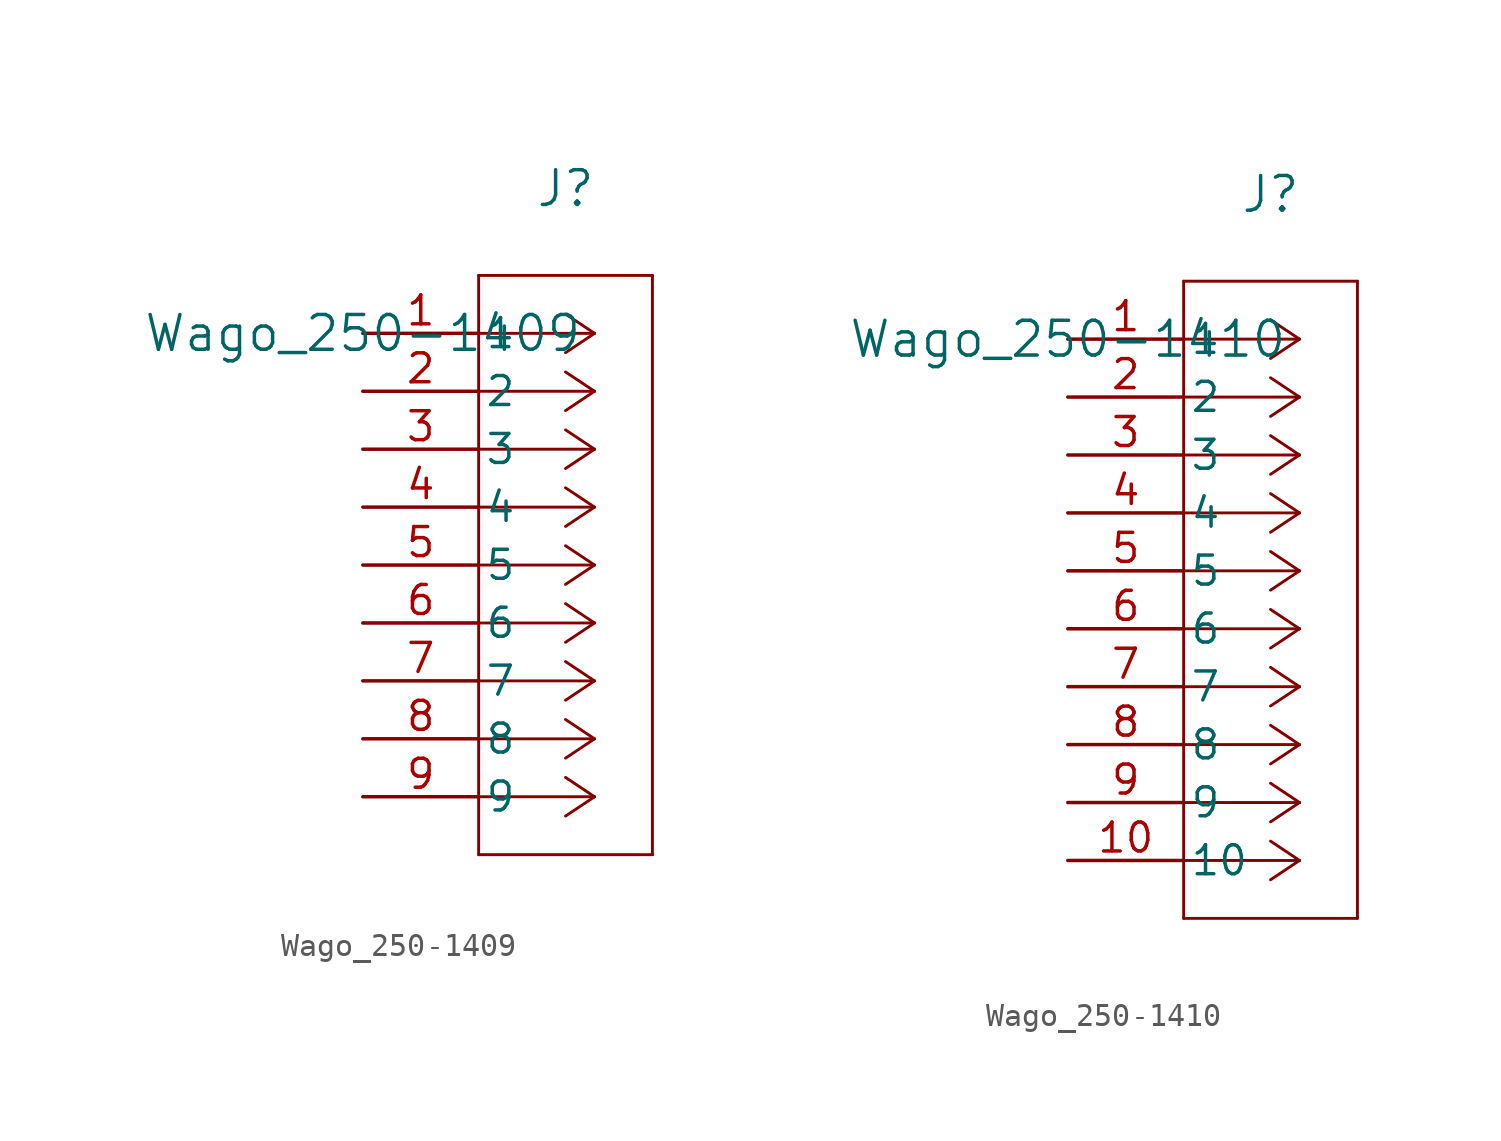
<source format=kicad_sym>
(kicad_symbol_lib
  (version 20241209)
  (generator "kicad_symbol_editor")
  (generator_version "9.0")
  (symbol "Wago_250-1409"
    (pin_names
      (offset 0.254))
    (property "Reference" "J"
      (at 8.89 6.35 0)
      (effects (font (size 1.524 1.524))))
    (property "Value" "Wago_250-1409"
      (at 0 0 0)
      (effects (font (size 1.524 1.524))))
    (property "ki_locked" ""
      (at 0 0 0)
      (effects (font (size 1.27 1.27))))
    (symbol "Wago_250-1409_0_1"
      (polyline (pts (xy 5.08 2.54) (xy 5.08 -22.86)) (stroke (width 0.127) (type default)) (fill (type none)))
      (polyline (pts (xy 5.08 -22.86) (xy 12.7 -22.86)) (stroke (width 0.127) (type default)) (fill (type none)))
      (polyline (pts (xy 10.16 0) (xy 5.08 0)) (stroke (width 0.127) (type default)) (fill (type none)))
      (polyline (pts (xy 10.16 0) (xy 8.89 0.847)) (stroke (width 0.127) (type default)) (fill (type none)))
      (polyline (pts (xy 10.16 0) (xy 8.89 -0.847)) (stroke (width 0.127) (type default)) (fill (type none)))
      (polyline (pts (xy 10.16 -2.54) (xy 5.08 -2.54)) (stroke (width 0.127) (type default)) (fill (type none)))
      (polyline (pts (xy 10.16 -2.54) (xy 8.89 -1.693)) (stroke (width 0.127) (type default)) (fill (type none)))
      (polyline (pts (xy 10.16 -2.54) (xy 8.89 -3.387)) (stroke (width 0.127) (type default)) (fill (type none)))
      (polyline (pts (xy 10.16 -5.08) (xy 5.08 -5.08)) (stroke (width 0.127) (type default)) (fill (type none)))
      (polyline (pts (xy 10.16 -5.08) (xy 8.89 -4.233)) (stroke (width 0.127) (type default)) (fill (type none)))
      (polyline (pts (xy 10.16 -5.08) (xy 8.89 -5.927)) (stroke (width 0.127) (type default)) (fill (type none)))
      (polyline (pts (xy 10.16 -7.62) (xy 5.08 -7.62)) (stroke (width 0.127) (type default)) (fill (type none)))
      (polyline (pts (xy 10.16 -7.62) (xy 8.89 -6.773)) (stroke (width 0.127) (type default)) (fill (type none)))
      (polyline (pts (xy 10.16 -7.62) (xy 8.89 -8.467)) (stroke (width 0.127) (type default)) (fill (type none)))
      (polyline (pts (xy 10.16 -10.16) (xy 5.08 -10.16)) (stroke (width 0.127) (type default)) (fill (type none)))
      (polyline (pts (xy 10.16 -10.16) (xy 8.89 -9.313)) (stroke (width 0.127) (type default)) (fill (type none)))
      (polyline (pts (xy 10.16 -10.16) (xy 8.89 -11.007)) (stroke (width 0.127) (type default)) (fill (type none)))
      (polyline (pts (xy 10.16 -12.7) (xy 5.08 -12.7)) (stroke (width 0.127) (type default)) (fill (type none)))
      (polyline (pts (xy 10.16 -12.7) (xy 8.89 -11.853)) (stroke (width 0.127) (type default)) (fill (type none)))
      (polyline (pts (xy 10.16 -12.7) (xy 8.89 -13.547)) (stroke (width 0.127) (type default)) (fill (type none)))
      (polyline (pts (xy 10.16 -15.24) (xy 5.08 -15.24)) (stroke (width 0.127) (type default)) (fill (type none)))
      (polyline (pts (xy 10.16 -15.24) (xy 8.89 -14.393)) (stroke (width 0.127) (type default)) (fill (type none)))
      (polyline (pts (xy 10.16 -15.24) (xy 8.89 -16.087)) (stroke (width 0.127) (type default)) (fill (type none)))
      (polyline (pts (xy 10.16 -17.78) (xy 5.08 -17.78)) (stroke (width 0.127) (type default)) (fill (type none)))
      (polyline (pts (xy 10.16 -17.78) (xy 8.89 -16.933)) (stroke (width 0.127) (type default)) (fill (type none)))
      (polyline (pts (xy 10.16 -17.78) (xy 8.89 -18.627)) (stroke (width 0.127) (type default)) (fill (type none)))
      (polyline (pts (xy 10.16 -20.32) (xy 5.08 -20.32)) (stroke (width 0.127) (type default)) (fill (type none)))
      (polyline (pts (xy 10.16 -20.32) (xy 8.89 -19.473)) (stroke (width 0.127) (type default)) (fill (type none)))
      (polyline (pts (xy 10.16 -20.32) (xy 8.89 -21.167)) (stroke (width 0.127) (type default)) (fill (type none)))
      (polyline (pts (xy 12.7 2.54) (xy 5.08 2.54)) (stroke (width 0.127) (type default)) (fill (type none)))
      (polyline (pts (xy 12.7 -22.86) (xy 12.7 2.54)) (stroke (width 0.127) (type default)) (fill (type none)))
      (pin unspecified line (at 0 0 0) (length 5.08) (name "1" (effects (font (size 1.27 1.27)))) (number "1" (effects (font (size 1.27 1.27)))))
      (pin unspecified line (at 0 -2.54 0) (length 5.08) (name "2" (effects (font (size 1.27 1.27)))) (number "2" (effects (font (size 1.27 1.27)))))
      (pin unspecified line (at 0 -5.08 0) (length 5.08) (name "3" (effects (font (size 1.27 1.27)))) (number "3" (effects (font (size 1.27 1.27)))))
      (pin unspecified line (at 0 -7.62 0) (length 5.08) (name "4" (effects (font (size 1.27 1.27)))) (number "4" (effects (font (size 1.27 1.27)))))
      (pin unspecified line (at 0 -10.16 0) (length 5.08) (name "5" (effects (font (size 1.27 1.27)))) (number "5" (effects (font (size 1.27 1.27)))))
      (pin unspecified line (at 0 -12.7 0) (length 5.08) (name "6" (effects (font (size 1.27 1.27)))) (number "6" (effects (font (size 1.27 1.27)))))
      (pin unspecified line (at 0 -15.24 0) (length 5.08) (name "7" (effects (font (size 1.27 1.27)))) (number "7" (effects (font (size 1.27 1.27)))))
      (pin unspecified line (at 0 -17.78 0) (length 5.08) (name "8" (effects (font (size 1.27 1.27)))) (number "8" (effects (font (size 1.27 1.27)))))
      (pin unspecified line (at 0 -20.32 0) (length 5.08) (name "9" (effects (font (size 1.27 1.27)))) (number "9" (effects (font (size 1.27 1.27)))))))
  (symbol "Wago_250-1410"
    (pin_names
      (offset 0.254))
    (property "Reference" "J"
      (at 8.89 6.35 0)
      (effects (font (size 1.524 1.524))))
    (property "Value" "Wago_250-1410"
      (at 0 0 0)
      (effects (font (size 1.524 1.524))))
    (property "ki_locked" ""
      (at 0 0 0)
      (effects (font (size 1.27 1.27))))
    (symbol "Wago_250-1410_0_1"
      (polyline (pts (xy 5.08 2.54) (xy 5.08 -25.4)) (stroke (width 0.127) (type default)) (fill (type none)))
      (polyline (pts (xy 5.08 -25.4) (xy 12.7 -25.4)) (stroke (width 0.127) (type default)) (fill (type none)))
      (polyline (pts (xy 10.16 0) (xy 5.08 0)) (stroke (width 0.127) (type default)) (fill (type none)))
      (polyline (pts (xy 10.16 0) (xy 8.89 0.847)) (stroke (width 0.127) (type default)) (fill (type none)))
      (polyline (pts (xy 10.16 0) (xy 8.89 -0.847)) (stroke (width 0.127) (type default)) (fill (type none)))
      (polyline (pts (xy 10.16 -2.54) (xy 5.08 -2.54)) (stroke (width 0.127) (type default)) (fill (type none)))
      (polyline (pts (xy 10.16 -2.54) (xy 8.89 -1.693)) (stroke (width 0.127) (type default)) (fill (type none)))
      (polyline (pts (xy 10.16 -2.54) (xy 8.89 -3.387)) (stroke (width 0.127) (type default)) (fill (type none)))
      (polyline (pts (xy 10.16 -5.08) (xy 5.08 -5.08)) (stroke (width 0.127) (type default)) (fill (type none)))
      (polyline (pts (xy 10.16 -5.08) (xy 8.89 -4.233)) (stroke (width 0.127) (type default)) (fill (type none)))
      (polyline (pts (xy 10.16 -5.08) (xy 8.89 -5.927)) (stroke (width 0.127) (type default)) (fill (type none)))
      (polyline (pts (xy 10.16 -7.62) (xy 5.08 -7.62)) (stroke (width 0.127) (type default)) (fill (type none)))
      (polyline (pts (xy 10.16 -7.62) (xy 8.89 -6.773)) (stroke (width 0.127) (type default)) (fill (type none)))
      (polyline (pts (xy 10.16 -7.62) (xy 8.89 -8.467)) (stroke (width 0.127) (type default)) (fill (type none)))
      (polyline (pts (xy 10.16 -10.16) (xy 5.08 -10.16)) (stroke (width 0.127) (type default)) (fill (type none)))
      (polyline (pts (xy 10.16 -10.16) (xy 8.89 -9.313)) (stroke (width 0.127) (type default)) (fill (type none)))
      (polyline (pts (xy 10.16 -10.16) (xy 8.89 -11.007)) (stroke (width 0.127) (type default)) (fill (type none)))
      (polyline (pts (xy 10.16 -12.7) (xy 5.08 -12.7)) (stroke (width 0.127) (type default)) (fill (type none)))
      (polyline (pts (xy 10.16 -12.7) (xy 8.89 -11.853)) (stroke (width 0.127) (type default)) (fill (type none)))
      (polyline (pts (xy 10.16 -12.7) (xy 8.89 -13.547)) (stroke (width 0.127) (type default)) (fill (type none)))
      (polyline (pts (xy 10.16 -15.24) (xy 5.08 -15.24)) (stroke (width 0.127) (type default)) (fill (type none)))
      (polyline (pts (xy 10.16 -15.24) (xy 8.89 -14.393)) (stroke (width 0.127) (type default)) (fill (type none)))
      (polyline (pts (xy 10.16 -15.24) (xy 8.89 -16.087)) (stroke (width 0.127) (type default)) (fill (type none)))
      (polyline (pts (xy 10.16 -17.78) (xy 5.08 -17.78)) (stroke (width 0.127) (type default)) (fill (type none)))
      (polyline (pts (xy 10.16 -17.78) (xy 8.89 -16.933)) (stroke (width 0.127) (type default)) (fill (type none)))
      (polyline (pts (xy 10.16 -17.78) (xy 8.89 -18.627)) (stroke (width 0.127) (type default)) (fill (type none)))
      (polyline (pts (xy 10.16 -20.32) (xy 5.08 -20.32)) (stroke (width 0.127) (type default)) (fill (type none)))
      (polyline (pts (xy 10.16 -20.32) (xy 8.89 -19.473)) (stroke (width 0.127) (type default)) (fill (type none)))
      (polyline (pts (xy 10.16 -20.32) (xy 8.89 -21.167)) (stroke (width 0.127) (type default)) (fill (type none)))
      (polyline (pts (xy 10.16 -22.86) (xy 5.08 -22.86)) (stroke (width 0.127) (type default)) (fill (type none)))
      (polyline (pts (xy 10.16 -22.86) (xy 8.89 -22.013)) (stroke (width 0.127) (type default)) (fill (type none)))
      (polyline (pts (xy 10.16 -22.86) (xy 8.89 -23.707)) (stroke (width 0.127) (type default)) (fill (type none)))
      (polyline (pts (xy 12.7 2.54) (xy 5.08 2.54)) (stroke (width 0.127) (type default)) (fill (type none)))
      (polyline (pts (xy 12.7 -25.4) (xy 12.7 2.54)) (stroke (width 0.127) (type default)) (fill (type none)))
      (pin unspecified line (at 0 0 0) (length 5.08) (name "1" (effects (font (size 1.27 1.27)))) (number "1" (effects (font (size 1.27 1.27)))))
      (pin unspecified line (at 0 -2.54 0) (length 5.08) (name "2" (effects (font (size 1.27 1.27)))) (number "2" (effects (font (size 1.27 1.27)))))
      (pin unspecified line (at 0 -5.08 0) (length 5.08) (name "3" (effects (font (size 1.27 1.27)))) (number "3" (effects (font (size 1.27 1.27)))))
      (pin unspecified line (at 0 -7.62 0) (length 5.08) (name "4" (effects (font (size 1.27 1.27)))) (number "4" (effects (font (size 1.27 1.27)))))
      (pin unspecified line (at 0 -10.16 0) (length 5.08) (name "5" (effects (font (size 1.27 1.27)))) (number "5" (effects (font (size 1.27 1.27)))))
      (pin unspecified line (at 0 -12.7 0) (length 5.08) (name "6" (effects (font (size 1.27 1.27)))) (number "6" (effects (font (size 1.27 1.27)))))
      (pin unspecified line (at 0 -15.24 0) (length 5.08) (name "7" (effects (font (size 1.27 1.27)))) (number "7" (effects (font (size 1.27 1.27)))))
      (pin unspecified line (at 0 -17.78 0) (length 5.08) (name "8" (effects (font (size 1.27 1.27)))) (number "8" (effects (font (size 1.27 1.27)))))
      (pin unspecified line (at 0 -20.32 0) (length 5.08) (name "9" (effects (font (size 1.27 1.27)))) (number "9" (effects (font (size 1.27 1.27)))))
      (pin unspecified line (at 0 -22.86 0) (length 5.08) (name "10" (effects (font (size 1.27 1.27)))) (number "10" (effects (font (size 1.27 1.27))))))))
</source>
